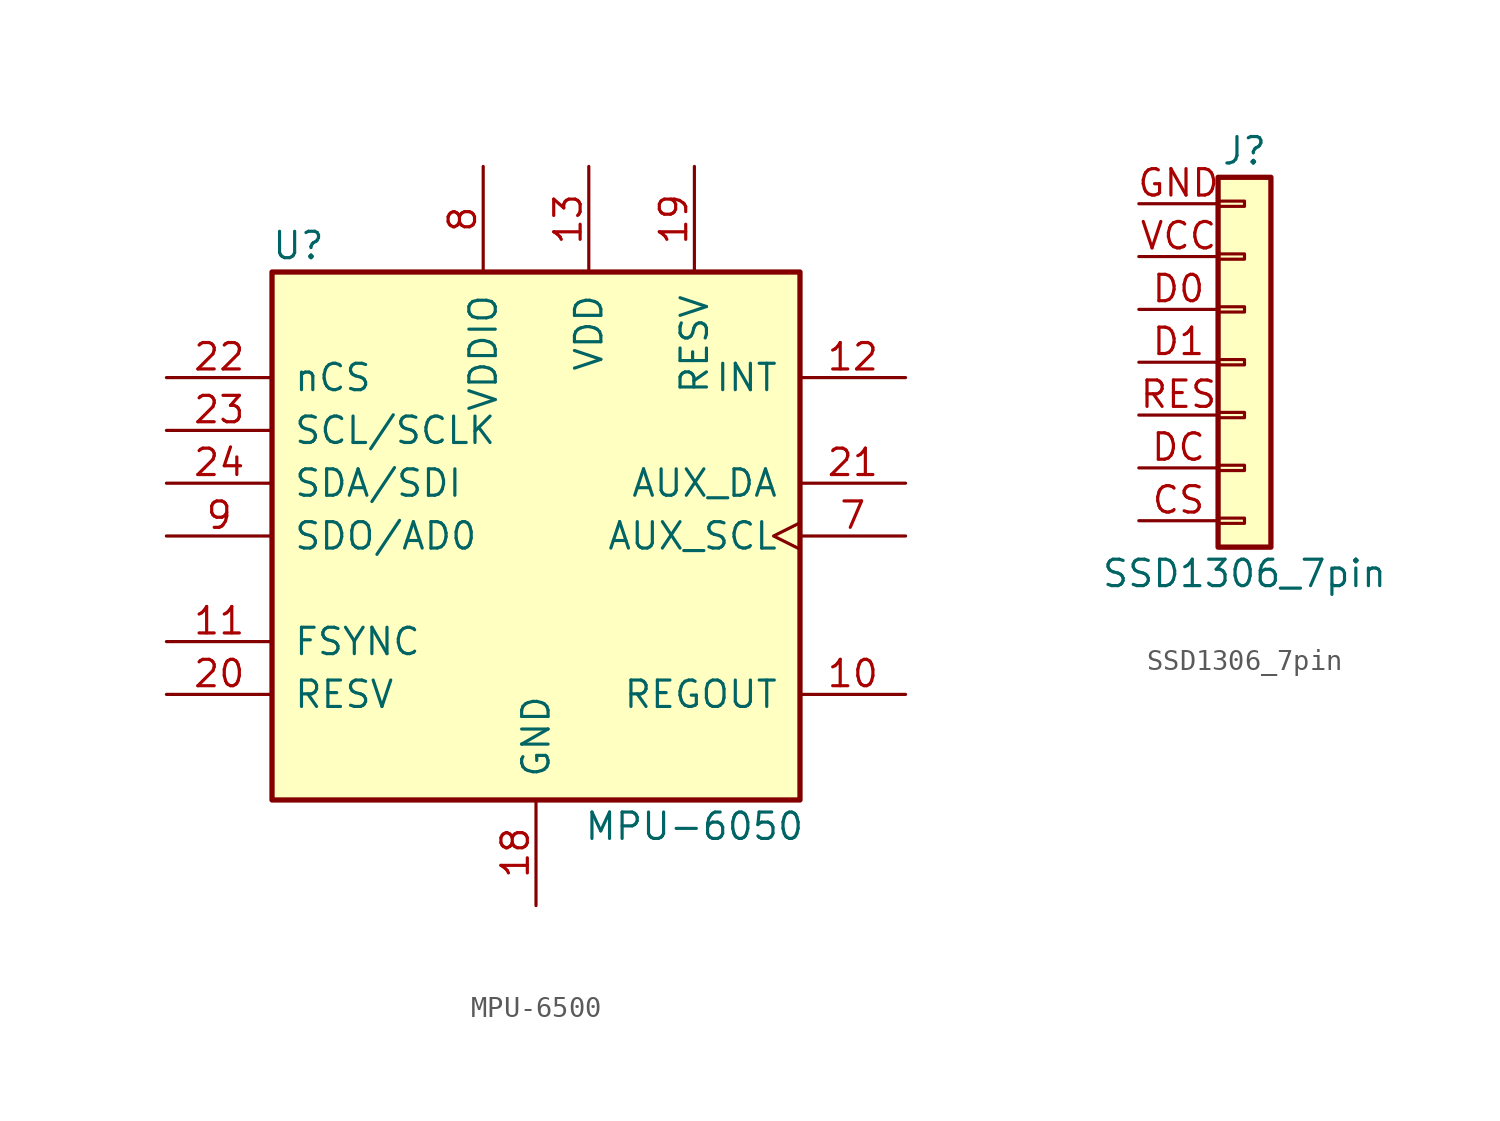
<source format=kicad_sym>
(kicad_symbol_lib
  (version 20241209)
  (generator "kicad_symbol_editor")
  (generator_version "9.0")
  (symbol "MPU-6500"
    (pin_names
      (offset 1.016))
    (property "Reference" "U"
      (at -11.43 13.97 0)
      (effects (font (size 1.27 1.27))))
    (property "Value" "MPU-6050"
      (at 7.62 -13.97 0)
      (effects (font (size 1.27 1.27))))
    (symbol "MPU-6500_0_1"
      (rectangle (start -12.7 12.7) (end 12.7 -12.7) (stroke (width 0.254) (type solid)) (fill (type background))))
    (symbol "MPU-6500_1_1"
      (pin passive line (at -17.78 7.62 0) (length 5.08) (name "nCS" (effects (font (size 1.27 1.27)))) (number "22" (effects (font (size 1.27 1.27)))))
      (pin input line (at -17.78 5.08 0) (length 5.08) (name "SCL/SCLK" (effects (font (size 1.27 1.27)))) (number "23" (effects (font (size 1.27 1.27)))))
      (pin bidirectional line (at -17.78 2.54 0) (length 5.08) (name "SDA/SDI" (effects (font (size 1.27 1.27)))) (number "24" (effects (font (size 1.27 1.27)))))
      (pin input line (at -17.78 0 0) (length 5.08) (name "SDO/AD0" (effects (font (size 1.27 1.27)))) (number "9" (effects (font (size 1.27 1.27)))))
      (pin input line (at -17.78 -5.08 0) (length 5.08) (name "FSYNC" (effects (font (size 1.27 1.27)))) (number "11" (effects (font (size 1.27 1.27)))))
      (pin passive line (at -17.78 -7.62 0) (length 5.08) (name "RESV" (effects (font (size 1.27 1.27)))) (number "20" (effects (font (size 1.27 1.27)))))
      (pin passive line (at -2.54 17.78 270) (length 5.08) (name "VDDIO" (effects (font (size 1.27 1.27)))) (number "8" (effects (font (size 1.27 1.27)))))
      (pin power_in line (at 0 -17.78 90) (length 5.08) (name "GND" (effects (font (size 1.27 1.27)))) (number "18" (effects (font (size 1.27 1.27)))))
      (pin power_in line (at 0 -17.78 90) (length 5.08) (hide yes) (name "GND" (effects (font (size 1.27 1.27)))) (number "25" (effects (font (size 1.27 1.27)))))
      (pin power_in line (at 2.54 17.78 270) (length 5.08) (name "VDD" (effects (font (size 1.27 1.27)))) (number "13" (effects (font (size 1.27 1.27)))))
      (pin no_connect line (at 2.54 -5.08 0) (length 5.08) (hide yes) (name "NC" (effects (font (size 1.27 1.27)))) (number "1" (effects (font (size 1.27 1.27)))))
      (pin no_connect line (at 2.54 -5.08 0) (length 5.08) (hide yes) (name "NC" (effects (font (size 1.27 1.27)))) (number "14" (effects (font (size 1.27 1.27)))))
      (pin no_connect line (at 2.54 -5.08 0) (length 5.08) (hide yes) (name "NC" (effects (font (size 1.27 1.27)))) (number "15" (effects (font (size 1.27 1.27)))))
      (pin no_connect line (at 2.54 -5.08 0) (length 5.08) (hide yes) (name "NC" (effects (font (size 1.27 1.27)))) (number "16" (effects (font (size 1.27 1.27)))))
      (pin no_connect line (at 2.54 -5.08 0) (length 5.08) (hide yes) (name "NC" (effects (font (size 1.27 1.27)))) (number "17" (effects (font (size 1.27 1.27)))))
      (pin no_connect line (at 2.54 -5.08 0) (length 5.08) (hide yes) (name "NC" (effects (font (size 1.27 1.27)))) (number "2" (effects (font (size 1.27 1.27)))))
      (pin no_connect line (at 2.54 -5.08 0) (length 5.08) (hide yes) (name "NC" (effects (font (size 1.27 1.27)))) (number "3" (effects (font (size 1.27 1.27)))))
      (pin no_connect line (at 2.54 -5.08 0) (length 5.08) (hide yes) (name "NC" (effects (font (size 1.27 1.27)))) (number "4" (effects (font (size 1.27 1.27)))))
      (pin no_connect line (at 2.54 -5.08 0) (length 5.08) (hide yes) (name "NC" (effects (font (size 1.27 1.27)))) (number "5" (effects (font (size 1.27 1.27)))))
      (pin no_connect line (at 2.54 -5.08 0) (length 5.08) (hide yes) (name "NC" (effects (font (size 1.27 1.27)))) (number "6" (effects (font (size 1.27 1.27)))))
      (pin passive line (at 7.62 17.78 270) (length 5.08) (name "RESV" (effects (font (size 1.27 1.27)))) (number "19" (effects (font (size 1.27 1.27)))))
      (pin output line (at 17.78 7.62 180) (length 5.08) (name "INT" (effects (font (size 1.27 1.27)))) (number "12" (effects (font (size 1.27 1.27)))))
      (pin passive line (at 17.78 2.54 180) (length 5.08) (name "AUX_DA" (effects (font (size 1.27 1.27)))) (number "21" (effects (font (size 1.27 1.27)))))
      (pin output clock (at 17.78 0 180) (length 5.08) (name "AUX_SCL" (effects (font (size 1.27 1.27)))) (number "7" (effects (font (size 1.27 1.27)))))
      (pin passive line (at 17.78 -7.62 180) (length 5.08) (name "REGOUT" (effects (font (size 1.27 1.27)))) (number "10" (effects (font (size 1.27 1.27)))))))
  (symbol "SSD1306_7pin"
    (pin_names
      (offset 1.016)
      (hide yes))
    (property "Reference" "J"
      (at 0 10.16 0)
      (effects (font (size 1.27 1.27))))
    (property "Value" "SSD1306_7pin"
      (at 0 -10.16 0)
      (effects (font (size 1.27 1.27))))
    (symbol "SSD1306_7pin_1_1"
      (rectangle (start -1.27 8.89) (end 1.27 -8.89) (stroke (width 0.254) (type default)) (fill (type background)))
      (rectangle (start -1.27 7.747) (end 0 7.493) (stroke (width 0.152) (type default)) (fill (type none)))
      (rectangle (start -1.27 5.207) (end 0 4.953) (stroke (width 0.152) (type default)) (fill (type none)))
      (rectangle (start -1.27 2.667) (end 0 2.413) (stroke (width 0.152) (type default)) (fill (type none)))
      (rectangle (start -1.27 0.127) (end 0 -0.127) (stroke (width 0.152) (type default)) (fill (type none)))
      (rectangle (start -1.27 -2.413) (end 0 -2.667) (stroke (width 0.152) (type default)) (fill (type none)))
      (rectangle (start -1.27 -4.953) (end 0 -5.207) (stroke (width 0.152) (type default)) (fill (type none)))
      (rectangle (start -1.27 -7.493) (end 0 -7.747) (stroke (width 0.152) (type default)) (fill (type none)))
      (pin passive line (at -5.08 7.62 0) (length 3.81) (name "Pin_1" (effects (font (size 1.27 1.27)))) (number "GND" (effects (font (size 1.27 1.27)))))
      (pin passive line (at -5.08 5.08 0) (length 3.81) (name "Pin_2" (effects (font (size 1.27 1.27)))) (number "VCC" (effects (font (size 1.27 1.27)))))
      (pin passive line (at -5.08 2.54 0) (length 3.81) (name "Pin_3" (effects (font (size 1.27 1.27)))) (number "D0" (effects (font (size 1.27 1.27)))))
      (pin passive line (at -5.08 0 0) (length 3.81) (name "Pin_4" (effects (font (size 1.27 1.27)))) (number "D1" (effects (font (size 1.27 1.27)))))
      (pin passive line (at -5.08 -2.54 0) (length 3.81) (name "Pin_5" (effects (font (size 1.27 1.27)))) (number "RES" (effects (font (size 1.27 1.27)))))
      (pin passive line (at -5.08 -5.08 0) (length 3.81) (name "Pin_6" (effects (font (size 1.27 1.27)))) (number "DC" (effects (font (size 1.27 1.27)))))
      (pin passive line (at -5.08 -7.62 0) (length 3.81) (name "Pin_7" (effects (font (size 1.27 1.27)))) (number "CS" (effects (font (size 1.27 1.27))))))))
</source>
